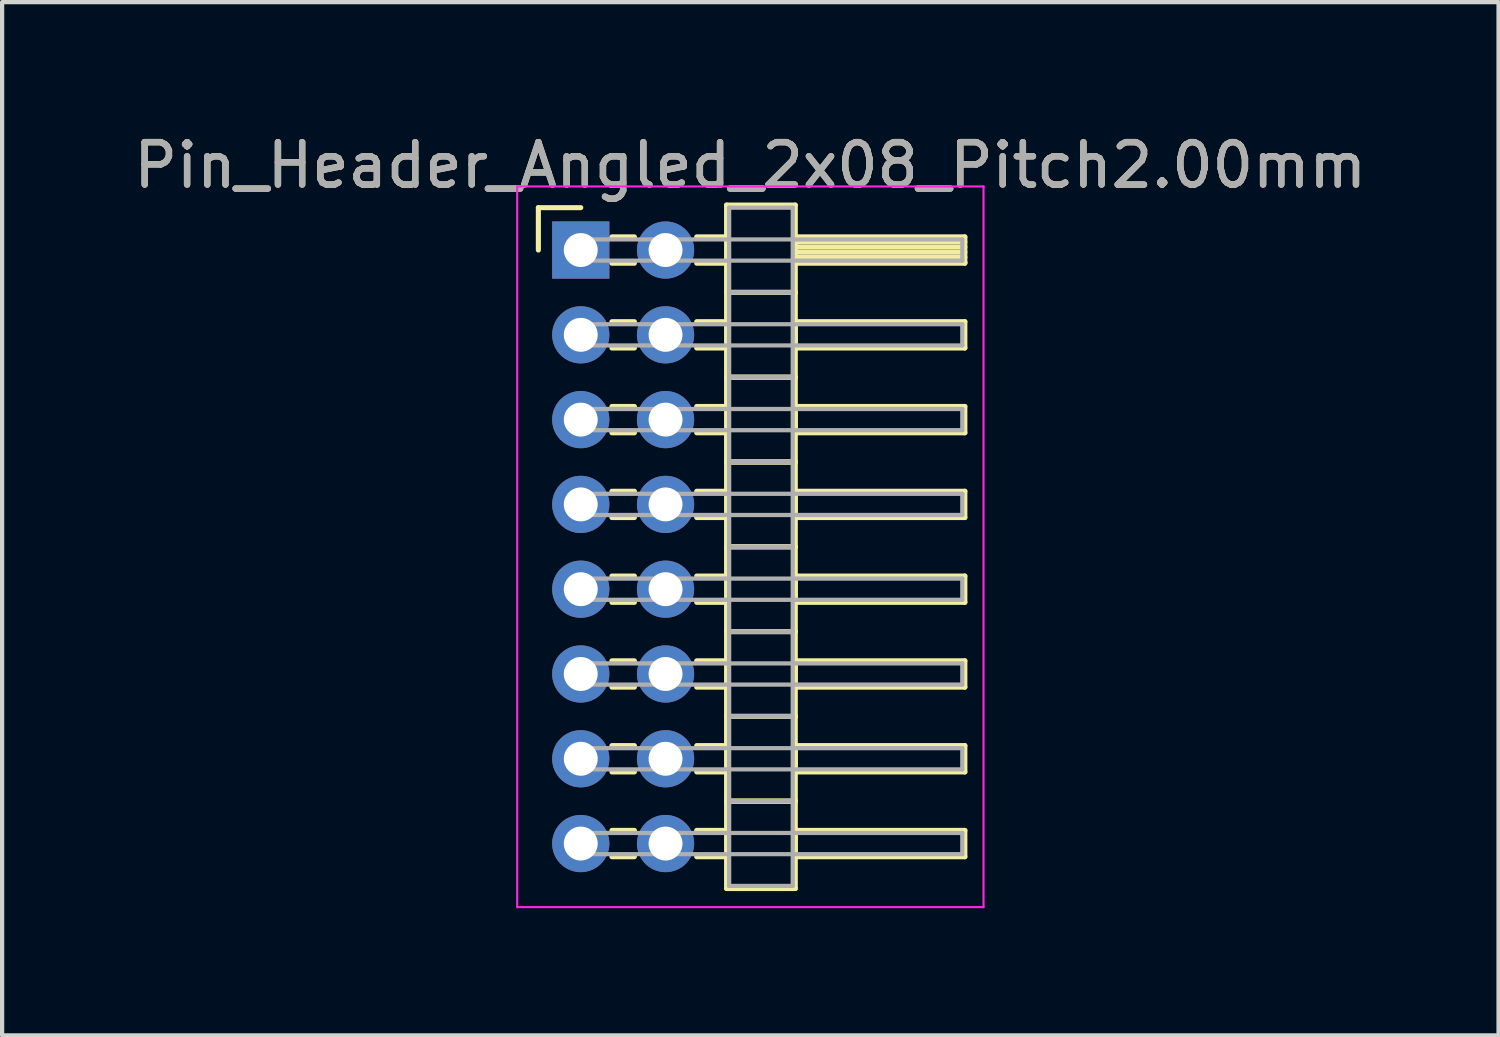
<source format=kicad_pcb>
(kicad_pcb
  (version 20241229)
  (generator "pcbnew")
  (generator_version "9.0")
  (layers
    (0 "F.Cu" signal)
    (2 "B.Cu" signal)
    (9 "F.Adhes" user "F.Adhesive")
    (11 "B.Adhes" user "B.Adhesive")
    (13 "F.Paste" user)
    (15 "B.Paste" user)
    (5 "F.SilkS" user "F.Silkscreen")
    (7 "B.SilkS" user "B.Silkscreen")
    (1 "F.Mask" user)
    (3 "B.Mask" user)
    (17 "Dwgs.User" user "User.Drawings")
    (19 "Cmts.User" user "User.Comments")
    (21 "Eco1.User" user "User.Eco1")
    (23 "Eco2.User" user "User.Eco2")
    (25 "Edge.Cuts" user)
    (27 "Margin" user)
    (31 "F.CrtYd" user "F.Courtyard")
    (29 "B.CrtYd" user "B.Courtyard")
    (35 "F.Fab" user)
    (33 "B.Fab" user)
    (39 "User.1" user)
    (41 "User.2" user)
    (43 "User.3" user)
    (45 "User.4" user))
  (footprint "Pin_Header_Angled_2x08_Pitch2.00mm"
    (layer "F.Cu")
    (at 10.649 2.848)
    (property "Reference" "Pin_Header_Angled_2x08_Pitch2.00mm" (at 4 -2 0) (layer "F.SilkS") (effects (font (size 1 1) (thickness 0.15))))
    (attr through_hole)
    (fp_line (start -1 -1) (end 0 -1) (stroke (width 0.12) (type solid)) (layer "F.SilkS"))
    (fp_line (start -1 0) (end -1 -1) (stroke (width 0.12) (type solid)) (layer "F.SilkS"))
    (fp_line (start 0.735 -0.31) (end 1.265 -0.31) (stroke (width 0.12) (type solid)) (layer "F.SilkS"))
    (fp_line (start 0.735 0.31) (end 1.265 0.31) (stroke (width 0.12) (type solid)) (layer "F.SilkS"))
    (fp_line (start 0.735 1.69) (end 1.265 1.69) (stroke (width 0.12) (type solid)) (layer "F.SilkS"))
    (fp_line (start 0.735 2.31) (end 1.265 2.31) (stroke (width 0.12) (type solid)) (layer "F.SilkS"))
    (fp_line (start 0.735 3.69) (end 1.265 3.69) (stroke (width 0.12) (type solid)) (layer "F.SilkS"))
    (fp_line (start 0.735 4.31) (end 1.265 4.31) (stroke (width 0.12) (type solid)) (layer "F.SilkS"))
    (fp_line (start 0.735 5.69) (end 1.265 5.69) (stroke (width 0.12) (type solid)) (layer "F.SilkS"))
    (fp_line (start 0.735 6.31) (end 1.265 6.31) (stroke (width 0.12) (type solid)) (layer "F.SilkS"))
    (fp_line (start 0.735 7.69) (end 1.265 7.69) (stroke (width 0.12) (type solid)) (layer "F.SilkS"))
    (fp_line (start 0.735 8.31) (end 1.265 8.31) (stroke (width 0.12) (type solid)) (layer "F.SilkS"))
    (fp_line (start 0.735 9.69) (end 1.265 9.69) (stroke (width 0.12) (type solid)) (layer "F.SilkS"))
    (fp_line (start 0.735 10.31) (end 1.265 10.31) (stroke (width 0.12) (type solid)) (layer "F.SilkS"))
    (fp_line (start 0.735 11.69) (end 1.265 11.69) (stroke (width 0.12) (type solid)) (layer "F.SilkS"))
    (fp_line (start 0.735 12.31) (end 1.265 12.31) (stroke (width 0.12) (type solid)) (layer "F.SilkS"))
    (fp_line (start 0.735 13.69) (end 1.265 13.69) (stroke (width 0.12) (type solid)) (layer "F.SilkS"))
    (fp_line (start 0.735 14.31) (end 1.265 14.31) (stroke (width 0.12) (type solid)) (layer "F.SilkS"))
    (fp_line (start 2.735 -0.31) (end 3.44 -0.31) (stroke (width 0.12) (type solid)) (layer "F.SilkS"))
    (fp_line (start 2.735 0.31) (end 3.44 0.31) (stroke (width 0.12) (type solid)) (layer "F.SilkS"))
    (fp_line (start 2.735 1.69) (end 3.44 1.69) (stroke (width 0.12) (type solid)) (layer "F.SilkS"))
    (fp_line (start 2.735 2.31) (end 3.44 2.31) (stroke (width 0.12) (type solid)) (layer "F.SilkS"))
    (fp_line (start 2.735 3.69) (end 3.44 3.69) (stroke (width 0.12) (type solid)) (layer "F.SilkS"))
    (fp_line (start 2.735 4.31) (end 3.44 4.31) (stroke (width 0.12) (type solid)) (layer "F.SilkS"))
    (fp_line (start 2.735 5.69) (end 3.44 5.69) (stroke (width 0.12) (type solid)) (layer "F.SilkS"))
    (fp_line (start 2.735 6.31) (end 3.44 6.31) (stroke (width 0.12) (type solid)) (layer "F.SilkS"))
    (fp_line (start 2.735 7.69) (end 3.44 7.69) (stroke (width 0.12) (type solid)) (layer "F.SilkS"))
    (fp_line (start 2.735 8.31) (end 3.44 8.31) (stroke (width 0.12) (type solid)) (layer "F.SilkS"))
    (fp_line (start 2.735 9.69) (end 3.44 9.69) (stroke (width 0.12) (type solid)) (layer "F.SilkS"))
    (fp_line (start 2.735 10.31) (end 3.44 10.31) (stroke (width 0.12) (type solid)) (layer "F.SilkS"))
    (fp_line (start 2.735 11.69) (end 3.44 11.69) (stroke (width 0.12) (type solid)) (layer "F.SilkS"))
    (fp_line (start 2.735 12.31) (end 3.44 12.31) (stroke (width 0.12) (type solid)) (layer "F.SilkS"))
    (fp_line (start 2.735 13.69) (end 3.44 13.69) (stroke (width 0.12) (type solid)) (layer "F.SilkS"))
    (fp_line (start 2.735 14.31) (end 3.44 14.31) (stroke (width 0.12) (type solid)) (layer "F.SilkS"))
    (fp_line (start 3.44 -1.06) (end 3.44 1) (stroke (width 0.12) (type solid)) (layer "F.SilkS"))
    (fp_line (start 3.44 1) (end 3.44 3) (stroke (width 0.12) (type solid)) (layer "F.SilkS"))
    (fp_line (start 3.44 1) (end 5.06 1) (stroke (width 0.12) (type solid)) (layer "F.SilkS"))
    (fp_line (start 3.44 3) (end 3.44 5) (stroke (width 0.12) (type solid)) (layer "F.SilkS"))
    (fp_line (start 3.44 3) (end 5.06 3) (stroke (width 0.12) (type solid)) (layer "F.SilkS"))
    (fp_line (start 3.44 5) (end 3.44 7) (stroke (width 0.12) (type solid)) (layer "F.SilkS"))
    (fp_line (start 3.44 5) (end 5.06 5) (stroke (width 0.12) (type solid)) (layer "F.SilkS"))
    (fp_line (start 3.44 7) (end 3.44 9) (stroke (width 0.12) (type solid)) (layer "F.SilkS"))
    (fp_line (start 3.44 7) (end 5.06 7) (stroke (width 0.12) (type solid)) (layer "F.SilkS"))
    (fp_line (start 3.44 9) (end 3.44 11) (stroke (width 0.12) (type solid)) (layer "F.SilkS"))
    (fp_line (start 3.44 9) (end 5.06 9) (stroke (width 0.12) (type solid)) (layer "F.SilkS"))
    (fp_line (start 3.44 11) (end 3.44 13) (stroke (width 0.12) (type solid)) (layer "F.SilkS"))
    (fp_line (start 3.44 11) (end 5.06 11) (stroke (width 0.12) (type solid)) (layer "F.SilkS"))
    (fp_line (start 3.44 13) (end 3.44 15.06) (stroke (width 0.12) (type solid)) (layer "F.SilkS"))
    (fp_line (start 3.44 13) (end 5.06 13) (stroke (width 0.12) (type solid)) (layer "F.SilkS"))
    (fp_line (start 3.44 15.06) (end 5.06 15.06) (stroke (width 0.12) (type solid)) (layer "F.SilkS"))
    (fp_line (start 5.06 -1.06) (end 3.44 -1.06) (stroke (width 0.12) (type solid)) (layer "F.SilkS"))
    (fp_line (start 5.06 -0.31) (end 5.06 0.31) (stroke (width 0.12) (type solid)) (layer "F.SilkS"))
    (fp_line (start 5.06 -0.19) (end 9.06 -0.19) (stroke (width 0.12) (type solid)) (layer "F.SilkS"))
    (fp_line (start 5.06 -0.07) (end 9.06 -0.07) (stroke (width 0.12) (type solid)) (layer "F.SilkS"))
    (fp_line (start 5.06 0.05) (end 9.06 0.05) (stroke (width 0.12) (type solid)) (layer "F.SilkS"))
    (fp_line (start 5.06 0.17) (end 9.06 0.17) (stroke (width 0.12) (type solid)) (layer "F.SilkS"))
    (fp_line (start 5.06 0.29) (end 9.06 0.29) (stroke (width 0.12) (type solid)) (layer "F.SilkS"))
    (fp_line (start 5.06 0.31) (end 9.06 0.31) (stroke (width 0.12) (type solid)) (layer "F.SilkS"))
    (fp_line (start 5.06 1) (end 3.44 1) (stroke (width 0.12) (type solid)) (layer "F.SilkS"))
    (fp_line (start 5.06 1) (end 5.06 -1.06) (stroke (width 0.12) (type solid)) (layer "F.SilkS"))
    (fp_line (start 5.06 1.69) (end 5.06 2.31) (stroke (width 0.12) (type solid)) (layer "F.SilkS"))
    (fp_line (start 5.06 2.31) (end 9.06 2.31) (stroke (width 0.12) (type solid)) (layer "F.SilkS"))
    (fp_line (start 5.06 3) (end 3.44 3) (stroke (width 0.12) (type solid)) (layer "F.SilkS"))
    (fp_line (start 5.06 3) (end 5.06 1) (stroke (width 0.12) (type solid)) (layer "F.SilkS"))
    (fp_line (start 5.06 3.69) (end 5.06 4.31) (stroke (width 0.12) (type solid)) (layer "F.SilkS"))
    (fp_line (start 5.06 4.31) (end 9.06 4.31) (stroke (width 0.12) (type solid)) (layer "F.SilkS"))
    (fp_line (start 5.06 5) (end 3.44 5) (stroke (width 0.12) (type solid)) (layer "F.SilkS"))
    (fp_line (start 5.06 5) (end 5.06 3) (stroke (width 0.12) (type solid)) (layer "F.SilkS"))
    (fp_line (start 5.06 5.69) (end 5.06 6.31) (stroke (width 0.12) (type solid)) (layer "F.SilkS"))
    (fp_line (start 5.06 6.31) (end 9.06 6.31) (stroke (width 0.12) (type solid)) (layer "F.SilkS"))
    (fp_line (start 5.06 7) (end 3.44 7) (stroke (width 0.12) (type solid)) (layer "F.SilkS"))
    (fp_line (start 5.06 7) (end 5.06 5) (stroke (width 0.12) (type solid)) (layer "F.SilkS"))
    (fp_line (start 5.06 7.69) (end 5.06 8.31) (stroke (width 0.12) (type solid)) (layer "F.SilkS"))
    (fp_line (start 5.06 8.31) (end 9.06 8.31) (stroke (width 0.12) (type solid)) (layer "F.SilkS"))
    (fp_line (start 5.06 9) (end 3.44 9) (stroke (width 0.12) (type solid)) (layer "F.SilkS"))
    (fp_line (start 5.06 9) (end 5.06 7) (stroke (width 0.12) (type solid)) (layer "F.SilkS"))
    (fp_line (start 5.06 9.69) (end 5.06 10.31) (stroke (width 0.12) (type solid)) (layer "F.SilkS"))
    (fp_line (start 5.06 10.31) (end 9.06 10.31) (stroke (width 0.12) (type solid)) (layer "F.SilkS"))
    (fp_line (start 5.06 11) (end 3.44 11) (stroke (width 0.12) (type solid)) (layer "F.SilkS"))
    (fp_line (start 5.06 11) (end 5.06 9) (stroke (width 0.12) (type solid)) (layer "F.SilkS"))
    (fp_line (start 5.06 11.69) (end 5.06 12.31) (stroke (width 0.12) (type solid)) (layer "F.SilkS"))
    (fp_line (start 5.06 12.31) (end 9.06 12.31) (stroke (width 0.12) (type solid)) (layer "F.SilkS"))
    (fp_line (start 5.06 13) (end 3.44 13) (stroke (width 0.12) (type solid)) (layer "F.SilkS"))
    (fp_line (start 5.06 13) (end 5.06 11) (stroke (width 0.12) (type solid)) (layer "F.SilkS"))
    (fp_line (start 5.06 13.69) (end 5.06 14.31) (stroke (width 0.12) (type solid)) (layer "F.SilkS"))
    (fp_line (start 5.06 14.31) (end 9.06 14.31) (stroke (width 0.12) (type solid)) (layer "F.SilkS"))
    (fp_line (start 5.06 15.06) (end 5.06 13) (stroke (width 0.12) (type solid)) (layer "F.SilkS"))
    (fp_line (start 9.06 -0.31) (end 5.06 -0.31) (stroke (width 0.12) (type solid)) (layer "F.SilkS"))
    (fp_line (start 9.06 0.31) (end 9.06 -0.31) (stroke (width 0.12) (type solid)) (layer "F.SilkS"))
    (fp_line (start 9.06 1.69) (end 5.06 1.69) (stroke (width 0.12) (type solid)) (layer "F.SilkS"))
    (fp_line (start 9.06 2.31) (end 9.06 1.69) (stroke (width 0.12) (type solid)) (layer "F.SilkS"))
    (fp_line (start 9.06 3.69) (end 5.06 3.69) (stroke (width 0.12) (type solid)) (layer "F.SilkS"))
    (fp_line (start 9.06 4.31) (end 9.06 3.69) (stroke (width 0.12) (type solid)) (layer "F.SilkS"))
    (fp_line (start 9.06 5.69) (end 5.06 5.69) (stroke (width 0.12) (type solid)) (layer "F.SilkS"))
    (fp_line (start 9.06 6.31) (end 9.06 5.69) (stroke (width 0.12) (type solid)) (layer "F.SilkS"))
    (fp_line (start 9.06 7.69) (end 5.06 7.69) (stroke (width 0.12) (type solid)) (layer "F.SilkS"))
    (fp_line (start 9.06 8.31) (end 9.06 7.69) (stroke (width 0.12) (type solid)) (layer "F.SilkS"))
    (fp_line (start 9.06 9.69) (end 5.06 9.69) (stroke (width 0.12) (type solid)) (layer "F.SilkS"))
    (fp_line (start 9.06 10.31) (end 9.06 9.69) (stroke (width 0.12) (type solid)) (layer "F.SilkS"))
    (fp_line (start 9.06 11.69) (end 5.06 11.69) (stroke (width 0.12) (type solid)) (layer "F.SilkS"))
    (fp_line (start 9.06 12.31) (end 9.06 11.69) (stroke (width 0.12) (type solid)) (layer "F.SilkS"))
    (fp_line (start 9.06 13.69) (end 5.06 13.69) (stroke (width 0.12) (type solid)) (layer "F.SilkS"))
    (fp_line (start 9.06 14.31) (end 9.06 13.69) (stroke (width 0.12) (type solid)) (layer "F.SilkS"))
    (fp_line (start -1.5 -1.5) (end -1.5 15.5) (stroke (width 0.05) (type solid)) (layer "F.CrtYd"))
    (fp_line (start -1.5 15.5) (end 9.5 15.5) (stroke (width 0.05) (type solid)) (layer "F.CrtYd"))
    (fp_line (start 9.5 -1.5) (end -1.5 -1.5) (stroke (width 0.05) (type solid)) (layer "F.CrtYd"))
    (fp_line (start 9.5 15.5) (end 9.5 -1.5) (stroke (width 0.05) (type solid)) (layer "F.CrtYd"))
    (fp_line (start 0 -0.25) (end 0 0.25) (stroke (width 0.1) (type solid)) (layer "F.Fab"))
    (fp_line (start 0 0.25) (end 9 0.25) (stroke (width 0.1) (type solid)) (layer "F.Fab"))
    (fp_line (start 0 1.75) (end 0 2.25) (stroke (width 0.1) (type solid)) (layer "F.Fab"))
    (fp_line (start 0 2.25) (end 9 2.25) (stroke (width 0.1) (type solid)) (layer "F.Fab"))
    (fp_line (start 0 3.75) (end 0 4.25) (stroke (width 0.1) (type solid)) (layer "F.Fab"))
    (fp_line (start 0 4.25) (end 9 4.25) (stroke (width 0.1) (type solid)) (layer "F.Fab"))
    (fp_line (start 0 5.75) (end 0 6.25) (stroke (width 0.1) (type solid)) (layer "F.Fab"))
    (fp_line (start 0 6.25) (end 9 6.25) (stroke (width 0.1) (type solid)) (layer "F.Fab"))
    (fp_line (start 0 7.75) (end 0 8.25) (stroke (width 0.1) (type solid)) (layer "F.Fab"))
    (fp_line (start 0 8.25) (end 9 8.25) (stroke (width 0.1) (type solid)) (layer "F.Fab"))
    (fp_line (start 0 9.75) (end 0 10.25) (stroke (width 0.1) (type solid)) (layer "F.Fab"))
    (fp_line (start 0 10.25) (end 9 10.25) (stroke (width 0.1) (type solid)) (layer "F.Fab"))
    (fp_line (start 0 11.75) (end 0 12.25) (stroke (width 0.1) (type solid)) (layer "F.Fab"))
    (fp_line (start 0 12.25) (end 9 12.25) (stroke (width 0.1) (type solid)) (layer "F.Fab"))
    (fp_line (start 0 13.75) (end 0 14.25) (stroke (width 0.1) (type solid)) (layer "F.Fab"))
    (fp_line (start 0 14.25) (end 9 14.25) (stroke (width 0.1) (type solid)) (layer "F.Fab"))
    (fp_line (start 3.5 -1) (end 3.5 1) (stroke (width 0.1) (type solid)) (layer "F.Fab"))
    (fp_line (start 3.5 1) (end 3.5 3) (stroke (width 0.1) (type solid)) (layer "F.Fab"))
    (fp_line (start 3.5 1) (end 5 1) (stroke (width 0.1) (type solid)) (layer "F.Fab"))
    (fp_line (start 3.5 3) (end 3.5 5) (stroke (width 0.1) (type solid)) (layer "F.Fab"))
    (fp_line (start 3.5 3) (end 5 3) (stroke (width 0.1) (type solid)) (layer "F.Fab"))
    (fp_line (start 3.5 5) (end 3.5 7) (stroke (width 0.1) (type solid)) (layer "F.Fab"))
    (fp_line (start 3.5 5) (end 5 5) (stroke (width 0.1) (type solid)) (layer "F.Fab"))
    (fp_line (start 3.5 7) (end 3.5 9) (stroke (width 0.1) (type solid)) (layer "F.Fab"))
    (fp_line (start 3.5 7) (end 5 7) (stroke (width 0.1) (type solid)) (layer "F.Fab"))
    (fp_line (start 3.5 9) (end 3.5 11) (stroke (width 0.1) (type solid)) (layer "F.Fab"))
    (fp_line (start 3.5 9) (end 5 9) (stroke (width 0.1) (type solid)) (layer "F.Fab"))
    (fp_line (start 3.5 11) (end 3.5 13) (stroke (width 0.1) (type solid)) (layer "F.Fab"))
    (fp_line (start 3.5 11) (end 5 11) (stroke (width 0.1) (type solid)) (layer "F.Fab"))
    (fp_line (start 3.5 13) (end 3.5 15) (stroke (width 0.1) (type solid)) (layer "F.Fab"))
    (fp_line (start 3.5 13) (end 5 13) (stroke (width 0.1) (type solid)) (layer "F.Fab"))
    (fp_line (start 3.5 15) (end 5 15) (stroke (width 0.1) (type solid)) (layer "F.Fab"))
    (fp_line (start 5 -1) (end 3.5 -1) (stroke (width 0.1) (type solid)) (layer "F.Fab"))
    (fp_line (start 5 1) (end 3.5 1) (stroke (width 0.1) (type solid)) (layer "F.Fab"))
    (fp_line (start 5 1) (end 5 -1) (stroke (width 0.1) (type solid)) (layer "F.Fab"))
    (fp_line (start 5 3) (end 3.5 3) (stroke (width 0.1) (type solid)) (layer "F.Fab"))
    (fp_line (start 5 3) (end 5 1) (stroke (width 0.1) (type solid)) (layer "F.Fab"))
    (fp_line (start 5 5) (end 3.5 5) (stroke (width 0.1) (type solid)) (layer "F.Fab"))
    (fp_line (start 5 5) (end 5 3) (stroke (width 0.1) (type solid)) (layer "F.Fab"))
    (fp_line (start 5 7) (end 3.5 7) (stroke (width 0.1) (type solid)) (layer "F.Fab"))
    (fp_line (start 5 7) (end 5 5) (stroke (width 0.1) (type solid)) (layer "F.Fab"))
    (fp_line (start 5 9) (end 3.5 9) (stroke (width 0.1) (type solid)) (layer "F.Fab"))
    (fp_line (start 5 9) (end 5 7) (stroke (width 0.1) (type solid)) (layer "F.Fab"))
    (fp_line (start 5 11) (end 3.5 11) (stroke (width 0.1) (type solid)) (layer "F.Fab"))
    (fp_line (start 5 11) (end 5 9) (stroke (width 0.1) (type solid)) (layer "F.Fab"))
    (fp_line (start 5 13) (end 3.5 13) (stroke (width 0.1) (type solid)) (layer "F.Fab"))
    (fp_line (start 5 13) (end 5 11) (stroke (width 0.1) (type solid)) (layer "F.Fab"))
    (fp_line (start 5 15) (end 5 13) (stroke (width 0.1) (type solid)) (layer "F.Fab"))
    (fp_line (start 9 -0.25) (end 0 -0.25) (stroke (width 0.1) (type solid)) (layer "F.Fab"))
    (fp_line (start 9 0.25) (end 9 -0.25) (stroke (width 0.1) (type solid)) (layer "F.Fab"))
    (fp_line (start 9 1.75) (end 0 1.75) (stroke (width 0.1) (type solid)) (layer "F.Fab"))
    (fp_line (start 9 2.25) (end 9 1.75) (stroke (width 0.1) (type solid)) (layer "F.Fab"))
    (fp_line (start 9 3.75) (end 0 3.75) (stroke (width 0.1) (type solid)) (layer "F.Fab"))
    (fp_line (start 9 4.25) (end 9 3.75) (stroke (width 0.1) (type solid)) (layer "F.Fab"))
    (fp_line (start 9 5.75) (end 0 5.75) (stroke (width 0.1) (type solid)) (layer "F.Fab"))
    (fp_line (start 9 6.25) (end 9 5.75) (stroke (width 0.1) (type solid)) (layer "F.Fab"))
    (fp_line (start 9 7.75) (end 0 7.75) (stroke (width 0.1) (type solid)) (layer "F.Fab"))
    (fp_line (start 9 8.25) (end 9 7.75) (stroke (width 0.1) (type solid)) (layer "F.Fab"))
    (fp_line (start 9 9.75) (end 0 9.75) (stroke (width 0.1) (type solid)) (layer "F.Fab"))
    (fp_line (start 9 10.25) (end 9 9.75) (stroke (width 0.1) (type solid)) (layer "F.Fab"))
    (fp_line (start 9 11.75) (end 0 11.75) (stroke (width 0.1) (type solid)) (layer "F.Fab"))
    (fp_line (start 9 12.25) (end 9 11.75) (stroke (width 0.1) (type solid)) (layer "F.Fab"))
    (fp_line (start 9 13.75) (end 0 13.75) (stroke (width 0.1) (type solid)) (layer "F.Fab"))
    (fp_line (start 9 14.25) (end 9 13.75) (stroke (width 0.1) (type solid)) (layer "F.Fab"))
    (fp_text user "${REFERENCE}" (at 4 -2 0) (layer "F.Fab") (effects (font (size 1 1) (thickness 0.15))))
    (pad "1" thru_hole rect (at 0 0) (size 1.35 1.35) (drill 0.8) (layers "*.Cu" "*.Mask"))
    (pad "2" thru_hole oval (at 2 0) (size 1.35 1.35) (drill 0.8) (layers "*.Cu" "*.Mask"))
    (pad "3" thru_hole oval (at 0 2) (size 1.35 1.35) (drill 0.8) (layers "*.Cu" "*.Mask"))
    (pad "4" thru_hole oval (at 2 2) (size 1.35 1.35) (drill 0.8) (layers "*.Cu" "*.Mask"))
    (pad "5" thru_hole oval (at 0 4) (size 1.35 1.35) (drill 0.8) (layers "*.Cu" "*.Mask"))
    (pad "6" thru_hole oval (at 2 4) (size 1.35 1.35) (drill 0.8) (layers "*.Cu" "*.Mask"))
    (pad "7" thru_hole oval (at 0 6) (size 1.35 1.35) (drill 0.8) (layers "*.Cu" "*.Mask"))
    (pad "8" thru_hole oval (at 2 6) (size 1.35 1.35) (drill 0.8) (layers "*.Cu" "*.Mask"))
    (pad "9" thru_hole oval (at 0 8) (size 1.35 1.35) (drill 0.8) (layers "*.Cu" "*.Mask"))
    (pad "10" thru_hole oval (at 2 8) (size 1.35 1.35) (drill 0.8) (layers "*.Cu" "*.Mask"))
    (pad "11" thru_hole oval (at 0 10) (size 1.35 1.35) (drill 0.8) (layers "*.Cu" "*.Mask"))
    (pad "12" thru_hole oval (at 2 10) (size 1.35 1.35) (drill 0.8) (layers "*.Cu" "*.Mask"))
    (pad "13" thru_hole oval (at 0 12) (size 1.35 1.35) (drill 0.8) (layers "*.Cu" "*.Mask"))
    (pad "14" thru_hole oval (at 2 12) (size 1.35 1.35) (drill 0.8) (layers "*.Cu" "*.Mask"))
    (pad "15" thru_hole oval (at 0 14) (size 1.35 1.35) (drill 0.8) (layers "*.Cu" "*.Mask"))
    (pad "16" thru_hole oval (at 2 14) (size 1.35 1.35) (drill 0.8) (layers "*.Cu" "*.Mask")))
  (gr_rect
    (start -3 -3)
    (end 32.298 21.373)
    (stroke (width 0.1) (type default))
    (fill no)
    (layer "Edge.Cuts")))
</source>
